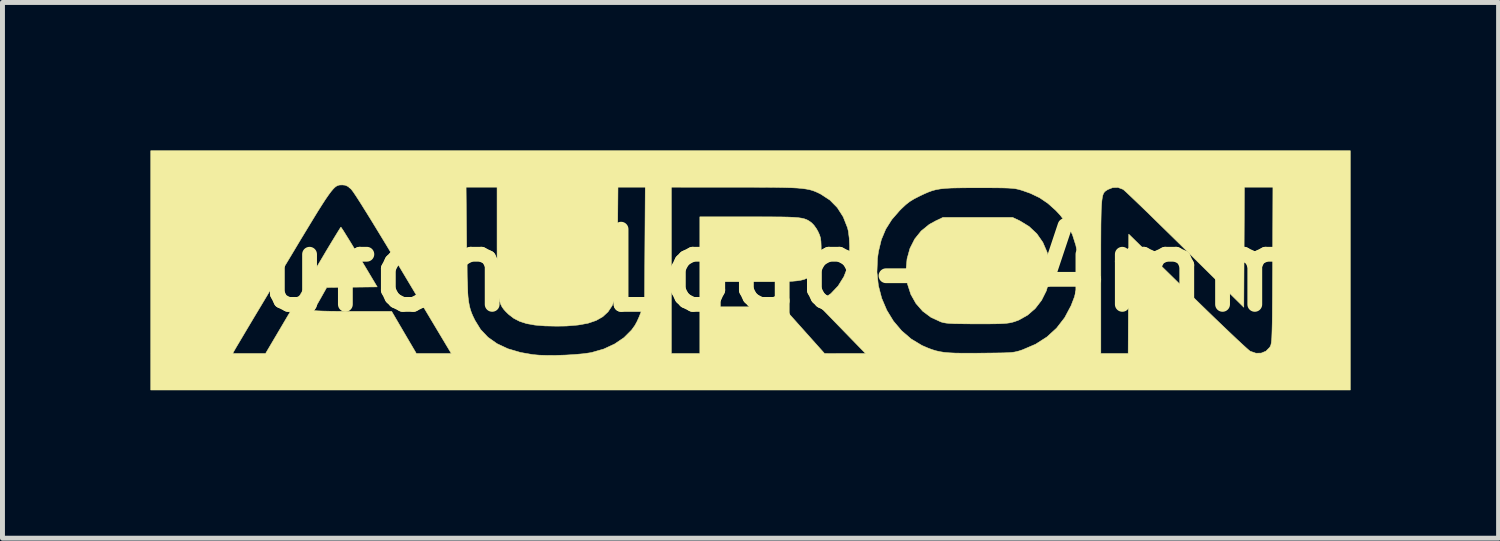
<source format=kicad_pcb>
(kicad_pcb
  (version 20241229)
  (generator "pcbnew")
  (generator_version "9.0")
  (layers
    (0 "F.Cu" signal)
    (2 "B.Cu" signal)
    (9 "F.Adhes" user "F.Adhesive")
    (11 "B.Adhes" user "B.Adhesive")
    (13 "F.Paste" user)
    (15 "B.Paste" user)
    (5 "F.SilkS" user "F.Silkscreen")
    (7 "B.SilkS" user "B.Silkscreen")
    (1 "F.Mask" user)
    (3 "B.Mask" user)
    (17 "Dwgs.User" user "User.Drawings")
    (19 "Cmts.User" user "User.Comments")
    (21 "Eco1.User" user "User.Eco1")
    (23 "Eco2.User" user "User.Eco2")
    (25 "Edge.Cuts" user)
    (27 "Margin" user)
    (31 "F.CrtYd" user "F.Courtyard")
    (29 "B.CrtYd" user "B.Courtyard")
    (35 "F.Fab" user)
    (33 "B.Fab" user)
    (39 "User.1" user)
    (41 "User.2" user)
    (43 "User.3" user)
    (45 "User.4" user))
  (footprint "Auron-Logo-24mm"
    (layer "F.Cu")
    (at 12.151 2.43)
    (property "Reference" "Auron-Logo-24mm" (at 0 0 0) (layer "F.SilkS") (effects (font (size 1.524 1.524) (thickness 0.3))))
    (attr through_hole)
    (fp_poly (pts (xy 5.473 -1.002) (xy 5.658 -0.889) (xy 5.815 -0.742) (xy 5.937 -0.567) (xy 6.023 -0.367) (xy 6.051 -0.26) (xy 6.067 -0.128) (xy 6.069 0.024) (xy 6.058 0.18) (xy 6.034 0.322) (xy 6.007 0.415) (xy 5.911 0.606) (xy 5.783 0.772) (xy 5.628 0.907) (xy 5.452 1.006) (xy 5.364 1.039) (xy 5.314 1.053) (xy 5.263 1.064) (xy 5.204 1.072) (xy 5.132 1.078) (xy 5.038 1.082) (xy 4.917 1.084) (xy 4.762 1.085) (xy 4.598 1.085) (xy 4.407 1.084) (xy 4.255 1.082) (xy 4.137 1.08) (xy 4.047 1.075) (xy 3.979 1.069) (xy 3.925 1.06) (xy 3.881 1.048) (xy 3.866 1.043) (xy 3.669 0.952) (xy 3.501 0.827) (xy 3.364 0.67) (xy 3.261 0.487) (xy 3.194 0.28) (xy 3.164 0.053) (xy 3.163 0) (xy 3.184 -0.233) (xy 3.243 -0.445) (xy 3.339 -0.635) (xy 3.47 -0.798) (xy 3.634 -0.931) (xy 3.759 -1) (xy 3.914 -1.074) (xy 5.322 -1.074) (xy 5.473 -1.002)) (stroke (width 0.01) (type solid)) (fill yes) (layer "F.SilkS"))
    (fp_poly (pts (xy 12.169 2.425) (xy -12.146 2.425) (xy -12.146 1.686) (xy -10.484 1.686) (xy -9.819 1.686) (xy -9.062 0.404) (xy -8.93 0.182) (xy -8.806 -0.027) (xy -8.69 -0.221) (xy -8.586 -0.397) (xy -8.494 -0.55) (xy -8.416 -0.678) (xy -8.356 -0.776) (xy -8.314 -0.843) (xy -8.293 -0.875) (xy -8.291 -0.877) (xy -8.277 -0.857) (xy -8.241 -0.803) (xy -8.189 -0.719) (xy -8.121 -0.61) (xy -8.042 -0.48) (xy -7.955 -0.334) (xy -7.917 -0.271) (xy -7.555 0.335) (xy -8.067 0.341) (xy -8.579 0.347) (xy -8.705 0.571) (xy -8.757 0.662) (xy -8.8 0.739) (xy -8.83 0.793) (xy -8.84 0.813) (xy -8.82 0.817) (xy -8.758 0.821) (xy -8.661 0.825) (xy -8.534 0.828) (xy -8.381 0.83) (xy -8.207 0.831) (xy -8.055 0.832) (xy -7.262 0.832) (xy -7.012 1.259) (xy -6.761 1.686) (xy -6.053 1.686) (xy -7.023 0.064) (xy -7.213 -0.253) (xy -7.386 -0.54) (xy -7.543 -0.798) (xy -7.681 -1.024) (xy -7.801 -1.217) (xy -7.901 -1.377) (xy -7.981 -1.501) (xy -8.04 -1.589) (xy -8.077 -1.638) (xy -8.083 -1.645) (xy -8.13 -1.686) (xy -5.754 -1.686) (xy -5.743 -0.583) (xy -5.741 -0.306) (xy -5.737 -0.071) (xy -5.734 0.127) (xy -5.729 0.293) (xy -5.722 0.43) (xy -5.713 0.544) (xy -5.701 0.639) (xy -5.686 0.72) (xy -5.668 0.79) (xy -5.646 0.855) (xy -5.619 0.92) (xy -5.586 0.988) (xy -5.575 1.011) (xy -5.46 1.198) (xy -5.31 1.356) (xy -5.126 1.486) (xy -4.906 1.589) (xy -4.65 1.664) (xy -4.399 1.708) (xy -4.269 1.719) (xy -4.108 1.724) (xy -3.927 1.723) (xy -3.738 1.717) (xy -3.555 1.706) (xy -3.388 1.691) (xy -3.347 1.686) (xy -1.593 1.686) (xy -1.016 1.686) (xy -1.016 -1.085) (xy -0.014 -1.085) (xy 0.24 -1.085) (xy 0.453 -1.084) (xy 0.628 -1.083) (xy 0.77 -1.08) (xy 0.885 -1.075) (xy 0.975 -1.068) (xy 1.045 -1.058) (xy 1.101 -1.045) (xy 1.146 -1.029) (xy 1.185 -1.009) (xy 1.222 -0.984) (xy 1.247 -0.966) (xy 1.296 -0.916) (xy 1.349 -0.842) (xy 1.38 -0.786) (xy 1.411 -0.718) (xy 1.43 -0.656) (xy 1.439 -0.585) (xy 1.443 -0.49) (xy 1.443 -0.438) (xy 1.441 -0.328) (xy 1.434 -0.248) (xy 1.419 -0.183) (xy 1.393 -0.118) (xy 1.377 -0.086) (xy 1.329 -0.004) (xy 1.273 0.069) (xy 1.235 0.106) (xy 1.19 0.138) (xy 1.145 0.164) (xy 1.093 0.185) (xy 1.031 0.2) (xy 0.953 0.212) (xy 0.853 0.221) (xy 0.727 0.226) (xy 0.57 0.229) (xy 0.376 0.231) (xy 0.17 0.231) (xy -0.6 0.231) (xy -0.6 0.739) (xy 0.666 0.739) (xy 1.512 1.685) (xy 1.928 1.686) (xy 2.344 1.686) (xy 1.844 1.172) (xy 1.345 0.658) (xy 1.463 0.594) (xy 1.639 0.472) (xy 1.787 0.316) (xy 1.903 0.13) (xy 1.94 0.036) (xy 2.574 0.036) (xy 2.603 0.307) (xy 2.67 0.565) (xy 2.773 0.807) (xy 2.908 1.028) (xy 3.074 1.224) (xy 3.267 1.39) (xy 3.486 1.522) (xy 3.609 1.575) (xy 3.692 1.606) (xy 3.77 1.63) (xy 3.85 1.648) (xy 3.937 1.662) (xy 4.039 1.671) (xy 4.162 1.677) (xy 4.313 1.679) (xy 4.498 1.679) (xy 4.676 1.678) (xy 4.869 1.676) (xy 5.023 1.674) (xy 5.143 1.672) (xy 5.236 1.668) (xy 5.309 1.663) (xy 5.366 1.655) (xy 5.416 1.644) (xy 5.463 1.631) (xy 5.516 1.613) (xy 5.53 1.608) (xy 5.791 1.496) (xy 6.019 1.35) (xy 6.215 1.171) (xy 6.379 0.959) (xy 6.509 0.715) (xy 6.577 0.538) (xy 6.626 0.341) (xy 6.655 0.122) (xy 6.656 0.082) (xy 7.112 0.082) (xy 7.112 0.126) (xy 7.112 1.686) (xy 7.666 1.686) (xy 7.672 0.476) (xy 7.678 -0.734) (xy 8.867 0.43) (xy 9.064 0.622) (xy 9.253 0.806) (xy 9.432 0.979) (xy 9.597 1.137) (xy 9.746 1.279) (xy 9.875 1.401) (xy 9.983 1.501) (xy 10.065 1.576) (xy 10.12 1.624) (xy 10.142 1.64) (xy 10.255 1.679) (xy 10.363 1.677) (xy 10.459 1.637) (xy 10.534 1.561) (xy 10.546 1.541) (xy 10.554 1.524) (xy 10.561 1.501) (xy 10.567 1.47) (xy 10.572 1.426) (xy 10.577 1.367) (xy 10.58 1.29) (xy 10.583 1.19) (xy 10.586 1.065) (xy 10.588 0.911) (xy 10.589 0.724) (xy 10.591 0.502) (xy 10.592 0.241) (xy 10.594 -0.062) (xy 10.594 -0.11) (xy 10.6 -1.686) (xy 10.022 -1.686) (xy 10.016 -0.469) (xy 10.01 0.748) (xy 8.821 -0.425) (xy 8.624 -0.619) (xy 8.436 -0.803) (xy 8.259 -0.976) (xy 8.096 -1.136) (xy 7.949 -1.278) (xy 7.821 -1.401) (xy 7.716 -1.501) (xy 7.636 -1.577) (xy 7.583 -1.625) (xy 7.562 -1.642) (xy 7.461 -1.68) (xy 7.352 -1.677) (xy 7.255 -1.639) (xy 7.228 -1.622) (xy 7.204 -1.606) (xy 7.184 -1.587) (xy 7.167 -1.561) (xy 7.153 -1.525) (xy 7.142 -1.477) (xy 7.133 -1.412) (xy 7.126 -1.328) (xy 7.12 -1.221) (xy 7.117 -1.088) (xy 7.114 -0.926) (xy 7.113 -0.731) (xy 7.112 -0.5) (xy 7.112 -0.23) (xy 7.112 0.082) (xy 6.656 0.082) (xy 6.661 -0.1) (xy 6.651 -0.244) (xy 6.607 -0.5) (xy 6.536 -0.725) (xy 6.432 -0.928) (xy 6.292 -1.115) (xy 6.201 -1.213) (xy 6.039 -1.358) (xy 5.871 -1.472) (xy 5.683 -1.562) (xy 5.519 -1.62) (xy 5.468 -1.635) (xy 5.421 -1.647) (xy 5.37 -1.657) (xy 5.311 -1.663) (xy 5.237 -1.668) (xy 5.141 -1.671) (xy 5.019 -1.673) (xy 4.864 -1.674) (xy 4.67 -1.674) (xy 4.63 -1.674) (xy 4.409 -1.674) (xy 4.227 -1.672) (xy 4.079 -1.669) (xy 3.959 -1.662) (xy 3.858 -1.651) (xy 3.772 -1.636) (xy 3.694 -1.615) (xy 3.617 -1.587) (xy 3.536 -1.552) (xy 3.443 -1.508) (xy 3.441 -1.507) (xy 3.329 -1.45) (xy 3.239 -1.395) (xy 3.157 -1.331) (xy 3.066 -1.245) (xy 3.036 -1.215) (xy 2.875 -1.03) (xy 2.752 -0.835) (xy 2.663 -0.622) (xy 2.605 -0.383) (xy 2.585 -0.244) (xy 2.574 0.036) (xy 1.94 0.036) (xy 1.977 -0.058) (xy 2.002 -0.18) (xy 2.017 -0.33) (xy 2.02 -0.494) (xy 2.012 -0.654) (xy 1.994 -0.795) (xy 1.977 -0.865) (xy 1.89 -1.085) (xy 1.771 -1.271) (xy 1.621 -1.424) (xy 1.441 -1.542) (xy 1.432 -1.547) (xy 1.376 -1.575) (xy 1.322 -1.599) (xy 1.267 -1.619) (xy 1.207 -1.636) (xy 1.138 -1.649) (xy 1.057 -1.66) (xy 0.958 -1.669) (xy 0.838 -1.675) (xy 0.693 -1.679) (xy 0.52 -1.682) (xy 0.313 -1.684) (xy 0.069 -1.685) (xy -0.216 -1.685) (xy -0.306 -1.685) (xy -1.593 -1.686) (xy -1.593 1.686) (xy -3.347 1.686) (xy -3.25 1.672) (xy -3.21 1.665) (xy -2.963 1.594) (xy -2.743 1.492) (xy -2.554 1.364) (xy -2.4 1.21) (xy -2.331 1.114) (xy -2.289 1.037) (xy -2.244 0.937) (xy -2.203 0.832) (xy -2.199 0.82) (xy -2.137 0.635) (xy -2.122 -1.686) (xy -2.675 -1.686) (xy -2.684 -0.618) (xy -2.686 -0.362) (xy -2.689 -0.148) (xy -2.692 0.028) (xy -2.695 0.172) (xy -2.699 0.286) (xy -2.703 0.375) (xy -2.709 0.444) (xy -2.715 0.496) (xy -2.723 0.537) (xy -2.732 0.569) (xy -2.795 0.718) (xy -2.877 0.841) (xy -2.984 0.94) (xy -3.118 1.016) (xy -3.283 1.072) (xy -3.483 1.108) (xy -3.72 1.128) (xy -3.917 1.131) (xy -4.157 1.126) (xy -4.359 1.109) (xy -4.527 1.079) (xy -4.667 1.034) (xy -4.786 0.973) (xy -4.889 0.894) (xy -4.903 0.881) (xy -4.951 0.834) (xy -4.991 0.789) (xy -5.025 0.741) (xy -5.052 0.687) (xy -5.074 0.622) (xy -5.091 0.543) (xy -5.104 0.444) (xy -5.113 0.322) (xy -5.12 0.172) (xy -5.123 -0.009) (xy -5.125 -0.226) (xy -5.126 -0.482) (xy -5.126 -0.629) (xy -5.126 -1.686) (xy -5.754 -1.686) (xy -8.13 -1.686) (xy -8.147 -1.7) (xy -8.203 -1.726) (xy -8.262 -1.732) (xy -8.294 -1.731) (xy -8.324 -1.729) (xy -8.352 -1.721) (xy -8.382 -1.707) (xy -8.414 -1.683) (xy -8.45 -1.646) (xy -8.493 -1.595) (xy -8.543 -1.527) (xy -8.604 -1.439) (xy -8.675 -1.329) (xy -8.76 -1.195) (xy -8.859 -1.033) (xy -8.975 -0.842) (xy -9.11 -0.62) (xy -9.264 -0.362) (xy -9.441 -0.068) (xy -9.461 -0.035) (xy -9.61 0.215) (xy -9.753 0.453) (xy -9.888 0.679) (xy -10.013 0.887) (xy -10.126 1.076) (xy -10.225 1.242) (xy -10.308 1.382) (xy -10.374 1.493) (xy -10.421 1.572) (xy -10.446 1.616) (xy -10.45 1.622) (xy -10.484 1.686) (xy -12.146 1.686) (xy -12.146 -2.425) (xy 12.169 -2.425) (xy 12.169 2.425)) (stroke (width 0.01) (type solid)) (fill yes) (layer "F.SilkS")))
  (gr_rect
    (start -3 -3)
    (end 27.325 7.859)
    (stroke (width 0.1) (type default))
    (fill no)
    (layer "Edge.Cuts")))
</source>
